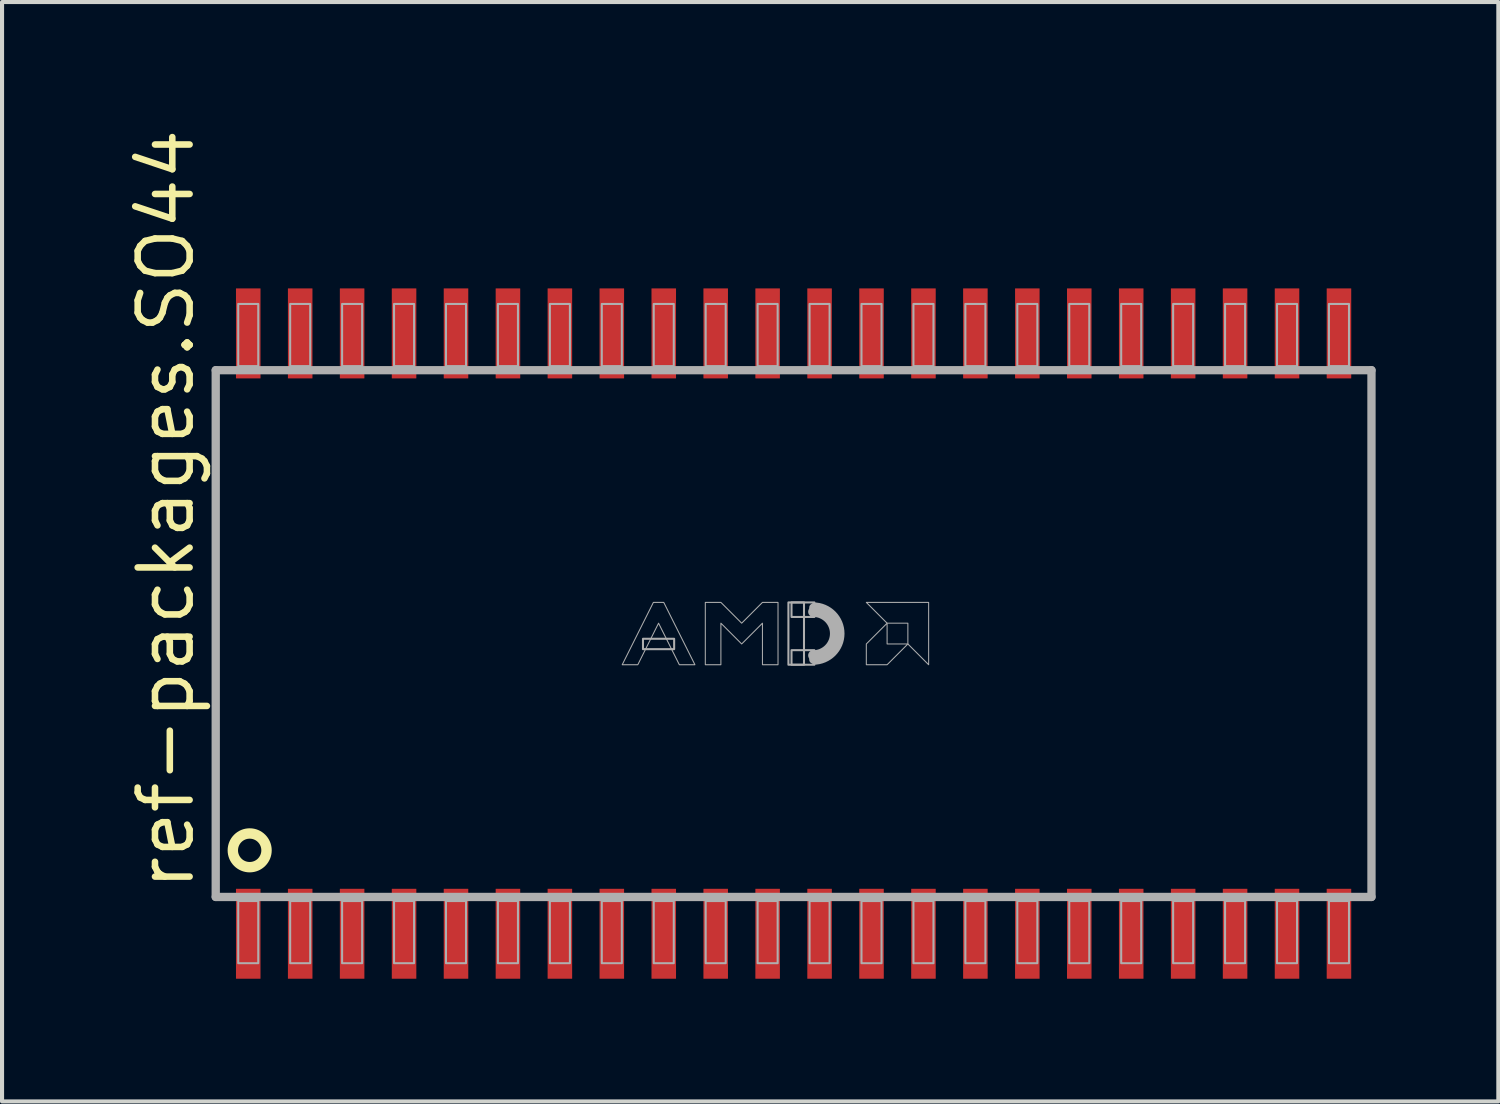
<source format=kicad_pcb>
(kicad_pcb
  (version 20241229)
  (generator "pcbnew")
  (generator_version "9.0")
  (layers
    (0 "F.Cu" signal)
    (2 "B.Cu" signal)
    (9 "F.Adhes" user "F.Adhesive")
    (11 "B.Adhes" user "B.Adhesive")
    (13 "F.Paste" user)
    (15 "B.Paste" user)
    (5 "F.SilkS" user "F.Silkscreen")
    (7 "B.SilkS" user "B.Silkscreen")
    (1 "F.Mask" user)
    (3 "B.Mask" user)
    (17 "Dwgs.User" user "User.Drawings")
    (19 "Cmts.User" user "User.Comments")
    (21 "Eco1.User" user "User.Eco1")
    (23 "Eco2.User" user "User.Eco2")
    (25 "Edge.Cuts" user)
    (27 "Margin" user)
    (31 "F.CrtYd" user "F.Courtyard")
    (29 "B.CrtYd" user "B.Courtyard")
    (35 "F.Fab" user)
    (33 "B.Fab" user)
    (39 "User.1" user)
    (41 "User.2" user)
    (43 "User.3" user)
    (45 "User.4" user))
  (footprint "ref-packages.SO44"
    (layer "F.Cu")
    (at 16.355 12.442)
    (property "Reference" "ref-packages.SO44" (at -14.605 6.35 90) (layer "F.SilkS") (effects (font (size 1.27 1.27) (thickness 0.16)) (justify left bottom)))
    (attr smd)
    (fp_circle (center -13.3 5.3) (end -12.888 5.3) (stroke (width 0.254) (type default)) (fill no) (layer "F.SilkS"))
    (fp_line (start -14.13 -6.44) (end 14.13 -6.44) (stroke (width 0.203) (type default)) (layer "F.Fab"))
    (fp_line (start -14.13 6.44) (end -14.13 -6.44) (stroke (width 0.203) (type default)) (layer "F.Fab"))
    (fp_line (start 14.13 -6.44) (end 14.13 6.44) (stroke (width 0.203) (type default)) (layer "F.Fab"))
    (fp_line (start 14.13 6.44) (end -14.13 6.44) (stroke (width 0.203) (type default)) (layer "F.Fab"))
    (fp_rect (start -13.58 -6.54) (end -13.09 -8.06) (stroke (width 0.05) (type default)) (fill no) (layer "F.Fab"))
    (fp_rect (start -13.58 8.06) (end -13.09 6.54) (stroke (width 0.05) (type default)) (fill no) (layer "F.Fab"))
    (fp_rect (start -12.31 -6.54) (end -11.82 -8.06) (stroke (width 0.05) (type default)) (fill no) (layer "F.Fab"))
    (fp_rect (start -12.31 8.06) (end -11.82 6.54) (stroke (width 0.05) (type default)) (fill no) (layer "F.Fab"))
    (fp_rect (start -11.04 -6.54) (end -10.55 -8.06) (stroke (width 0.05) (type default)) (fill no) (layer "F.Fab"))
    (fp_rect (start -11.04 8.06) (end -10.55 6.54) (stroke (width 0.05) (type default)) (fill no) (layer "F.Fab"))
    (fp_rect (start -9.77 -6.54) (end -9.28 -8.06) (stroke (width 0.05) (type default)) (fill no) (layer "F.Fab"))
    (fp_rect (start -9.77 8.06) (end -9.28 6.54) (stroke (width 0.05) (type default)) (fill no) (layer "F.Fab"))
    (fp_rect (start -8.5 -6.54) (end -8.01 -8.06) (stroke (width 0.05) (type default)) (fill no) (layer "F.Fab"))
    (fp_rect (start -8.5 8.06) (end -8.01 6.54) (stroke (width 0.05) (type default)) (fill no) (layer "F.Fab"))
    (fp_rect (start -7.23 -6.54) (end -6.74 -8.06) (stroke (width 0.05) (type default)) (fill no) (layer "F.Fab"))
    (fp_rect (start -7.23 8.06) (end -6.74 6.54) (stroke (width 0.05) (type default)) (fill no) (layer "F.Fab"))
    (fp_rect (start -5.96 -6.54) (end -5.47 -8.06) (stroke (width 0.05) (type default)) (fill no) (layer "F.Fab"))
    (fp_rect (start -5.96 8.06) (end -5.47 6.54) (stroke (width 0.05) (type default)) (fill no) (layer "F.Fab"))
    (fp_rect (start -4.69 -6.54) (end -4.2 -8.06) (stroke (width 0.05) (type default)) (fill no) (layer "F.Fab"))
    (fp_rect (start -4.69 8.06) (end -4.2 6.54) (stroke (width 0.05) (type default)) (fill no) (layer "F.Fab"))
    (fp_rect (start -3.683 0.381) (end -2.921 0.127) (stroke (width 0.05) (type default)) (fill no) (layer "F.Fab"))
    (fp_rect (start -3.42 -6.54) (end -2.93 -8.06) (stroke (width 0.05) (type default)) (fill no) (layer "F.Fab"))
    (fp_rect (start -3.42 8.06) (end -2.93 6.54) (stroke (width 0.05) (type default)) (fill no) (layer "F.Fab"))
    (fp_rect (start -2.15 -6.54) (end -1.66 -8.06) (stroke (width 0.05) (type default)) (fill no) (layer "F.Fab"))
    (fp_rect (start -2.15 8.06) (end -1.66 6.54) (stroke (width 0.05) (type default)) (fill no) (layer "F.Fab"))
    (fp_rect (start -0.88 -6.54) (end -0.39 -8.06) (stroke (width 0.05) (type default)) (fill no) (layer "F.Fab"))
    (fp_rect (start -0.88 8.06) (end -0.39 6.54) (stroke (width 0.05) (type default)) (fill no) (layer "F.Fab"))
    (fp_rect (start -0.127 0.762) (end 0.254 -0.762) (stroke (width 0.05) (type default)) (fill no) (layer "F.Fab"))
    (fp_rect (start -0.051 -0.406) (end 0.508 -0.762) (stroke (width 0.05) (type default)) (fill no) (layer "F.Fab"))
    (fp_rect (start -0.051 0.762) (end 0.508 0.406) (stroke (width 0.05) (type default)) (fill no) (layer "F.Fab"))
    (fp_rect (start 0.39 -6.54) (end 0.88 -8.06) (stroke (width 0.05) (type default)) (fill no) (layer "F.Fab"))
    (fp_rect (start 0.39 8.06) (end 0.88 6.54) (stroke (width 0.05) (type default)) (fill no) (layer "F.Fab"))
    (fp_rect (start 1.66 -6.54) (end 2.15 -8.06) (stroke (width 0.05) (type default)) (fill no) (layer "F.Fab"))
    (fp_rect (start 1.66 8.06) (end 2.15 6.54) (stroke (width 0.05) (type default)) (fill no) (layer "F.Fab"))
    (fp_rect (start 2.93 -6.54) (end 3.42 -8.06) (stroke (width 0.05) (type default)) (fill no) (layer "F.Fab"))
    (fp_rect (start 2.93 8.06) (end 3.42 6.54) (stroke (width 0.05) (type default)) (fill no) (layer "F.Fab"))
    (fp_rect (start 4.2 -6.54) (end 4.69 -8.06) (stroke (width 0.05) (type default)) (fill no) (layer "F.Fab"))
    (fp_rect (start 4.2 8.06) (end 4.69 6.54) (stroke (width 0.05) (type default)) (fill no) (layer "F.Fab"))
    (fp_rect (start 5.47 -6.54) (end 5.96 -8.06) (stroke (width 0.05) (type default)) (fill no) (layer "F.Fab"))
    (fp_rect (start 5.47 8.06) (end 5.96 6.54) (stroke (width 0.05) (type default)) (fill no) (layer "F.Fab"))
    (fp_rect (start 6.74 -6.54) (end 7.23 -8.06) (stroke (width 0.05) (type default)) (fill no) (layer "F.Fab"))
    (fp_rect (start 6.74 8.06) (end 7.23 6.54) (stroke (width 0.05) (type default)) (fill no) (layer "F.Fab"))
    (fp_rect (start 8.01 -6.54) (end 8.5 -8.06) (stroke (width 0.05) (type default)) (fill no) (layer "F.Fab"))
    (fp_rect (start 8.01 8.06) (end 8.5 6.54) (stroke (width 0.05) (type default)) (fill no) (layer "F.Fab"))
    (fp_rect (start 9.28 -6.54) (end 9.77 -8.06) (stroke (width 0.05) (type default)) (fill no) (layer "F.Fab"))
    (fp_rect (start 9.28 8.06) (end 9.77 6.54) (stroke (width 0.05) (type default)) (fill no) (layer "F.Fab"))
    (fp_rect (start 10.55 -6.54) (end 11.04 -8.06) (stroke (width 0.05) (type default)) (fill no) (layer "F.Fab"))
    (fp_rect (start 10.55 8.06) (end 11.04 6.54) (stroke (width 0.05) (type default)) (fill no) (layer "F.Fab"))
    (fp_rect (start 11.82 -6.54) (end 12.31 -8.06) (stroke (width 0.05) (type default)) (fill no) (layer "F.Fab"))
    (fp_rect (start 11.82 8.06) (end 12.31 6.54) (stroke (width 0.05) (type default)) (fill no) (layer "F.Fab"))
    (fp_rect (start 13.09 -6.54) (end 13.58 -8.06) (stroke (width 0.05) (type default)) (fill no) (layer "F.Fab"))
    (fp_rect (start 13.09 8.06) (end 13.58 6.54) (stroke (width 0.05) (type default)) (fill no) (layer "F.Fab"))
    (fp_arc (start 0.4826 -0.7366) (mid 1.2192 0) (end 0.4826 0.7366) (stroke (width 0.0508) (type default)) (layer "F.Fab"))
    (fp_arc (start 0.4826 -0.635) (mid 1.1176 0) (end 0.4826 0.635) (stroke (width 0.2032) (type default)) (layer "F.Fab"))
    (fp_arc (start 0.4826 -0.5334) (mid 1.016 0) (end 0.4826 0.5334) (stroke (width 0.254) (type default)) (layer "F.Fab"))
    (fp_poly (pts (xy 1.778 -0.762) (xy 3.302 -0.762) (xy 3.302 0.762) (xy 2.794 0.254) (xy 2.794 -0.254) (xy 2.286 -0.254)) (stroke (width 0.025) (type default)) (fill no) (layer "F.Fab"))
    (fp_poly (pts (xy 2.286 -0.254) (xy 1.778 0.254) (xy 1.778 0.762) (xy 2.286 0.762) (xy 2.794 0.254) (xy 2.286 0.254)) (stroke (width 0.025) (type default)) (fill no) (layer "F.Fab"))
    (fp_poly (pts (xy -4.191 0.762) (xy -3.429 -0.762) (xy -3.175 -0.762) (xy -2.413 0.762) (xy -2.794 0.762) (xy -3.302 -0.254) (xy -3.81 0.762)) (stroke (width 0.025) (type default)) (fill no) (layer "F.Fab"))
    (fp_poly (pts (xy -2.159 0.762) (xy -2.159 -0.762) (xy -1.778 -0.762) (xy -1.27 -0.254) (xy -0.762 -0.762) (xy -0.381 -0.762) (xy -0.381 0.762) (xy -0.762 0.762) (xy -0.762 -0.254) (xy -1.27 0.254) (xy -1.778 -0.254) (xy -1.778 0.762)) (stroke (width 0.025) (type default)) (fill no) (layer "F.Fab"))
    (pad "1" smd roundrect (at -13.335 7.34) (size 0.6 2.2) (layers "F.Cu" "F.Mask" "F.Paste") (roundrect_rratio 0.01))
    (pad "2" smd roundrect (at -12.065 7.34) (size 0.6 2.2) (layers "F.Cu" "F.Mask" "F.Paste") (roundrect_rratio 0.01))
    (pad "3" smd roundrect (at -10.795 7.34) (size 0.6 2.2) (layers "F.Cu" "F.Mask" "F.Paste") (roundrect_rratio 0.01))
    (pad "4" smd roundrect (at -9.525 7.34) (size 0.6 2.2) (layers "F.Cu" "F.Mask" "F.Paste") (roundrect_rratio 0.01))
    (pad "5" smd roundrect (at -8.255 7.34) (size 0.6 2.2) (layers "F.Cu" "F.Mask" "F.Paste") (roundrect_rratio 0.01))
    (pad "6" smd roundrect (at -6.985 7.34) (size 0.6 2.2) (layers "F.Cu" "F.Mask" "F.Paste") (roundrect_rratio 0.01))
    (pad "7" smd roundrect (at -5.715 7.34) (size 0.6 2.2) (layers "F.Cu" "F.Mask" "F.Paste") (roundrect_rratio 0.01))
    (pad "8" smd roundrect (at -4.445 7.34) (size 0.6 2.2) (layers "F.Cu" "F.Mask" "F.Paste") (roundrect_rratio 0.01))
    (pad "9" smd roundrect (at -3.175 7.34) (size 0.6 2.2) (layers "F.Cu" "F.Mask" "F.Paste") (roundrect_rratio 0.01))
    (pad "10" smd roundrect (at -1.905 7.34) (size 0.6 2.2) (layers "F.Cu" "F.Mask" "F.Paste") (roundrect_rratio 0.01))
    (pad "11" smd roundrect (at -0.635 7.34) (size 0.6 2.2) (layers "F.Cu" "F.Mask" "F.Paste") (roundrect_rratio 0.01))
    (pad "12" smd roundrect (at 0.635 7.34) (size 0.6 2.2) (layers "F.Cu" "F.Mask" "F.Paste") (roundrect_rratio 0.01))
    (pad "13" smd roundrect (at 1.905 7.34) (size 0.6 2.2) (layers "F.Cu" "F.Mask" "F.Paste") (roundrect_rratio 0.01))
    (pad "14" smd roundrect (at 3.175 7.34) (size 0.6 2.2) (layers "F.Cu" "F.Mask" "F.Paste") (roundrect_rratio 0.01))
    (pad "15" smd roundrect (at 4.445 7.34) (size 0.6 2.2) (layers "F.Cu" "F.Mask" "F.Paste") (roundrect_rratio 0.01))
    (pad "16" smd roundrect (at 5.715 7.34) (size 0.6 2.2) (layers "F.Cu" "F.Mask" "F.Paste") (roundrect_rratio 0.01))
    (pad "17" smd roundrect (at 6.985 7.34) (size 0.6 2.2) (layers "F.Cu" "F.Mask" "F.Paste") (roundrect_rratio 0.01))
    (pad "18" smd roundrect (at 8.255 7.34) (size 0.6 2.2) (layers "F.Cu" "F.Mask" "F.Paste") (roundrect_rratio 0.01))
    (pad "19" smd roundrect (at 9.525 7.34) (size 0.6 2.2) (layers "F.Cu" "F.Mask" "F.Paste") (roundrect_rratio 0.01))
    (pad "20" smd roundrect (at 10.795 7.34) (size 0.6 2.2) (layers "F.Cu" "F.Mask" "F.Paste") (roundrect_rratio 0.01))
    (pad "21" smd roundrect (at 12.065 7.34) (size 0.6 2.2) (layers "F.Cu" "F.Mask" "F.Paste") (roundrect_rratio 0.01))
    (pad "22" smd roundrect (at 13.335 7.34) (size 0.6 2.2) (layers "F.Cu" "F.Mask" "F.Paste") (roundrect_rratio 0.01))
    (pad "23" smd roundrect (at 13.335 -7.34) (size 0.6 2.2) (layers "F.Cu" "F.Mask" "F.Paste") (roundrect_rratio 0.01))
    (pad "24" smd roundrect (at 12.065 -7.34) (size 0.6 2.2) (layers "F.Cu" "F.Mask" "F.Paste") (roundrect_rratio 0.01))
    (pad "25" smd roundrect (at 10.795 -7.34) (size 0.6 2.2) (layers "F.Cu" "F.Mask" "F.Paste") (roundrect_rratio 0.01))
    (pad "26" smd roundrect (at 9.525 -7.34) (size 0.6 2.2) (layers "F.Cu" "F.Mask" "F.Paste") (roundrect_rratio 0.01))
    (pad "27" smd roundrect (at 8.255 -7.34) (size 0.6 2.2) (layers "F.Cu" "F.Mask" "F.Paste") (roundrect_rratio 0.01))
    (pad "28" smd roundrect (at 6.985 -7.34) (size 0.6 2.2) (layers "F.Cu" "F.Mask" "F.Paste") (roundrect_rratio 0.01))
    (pad "29" smd roundrect (at 5.715 -7.34) (size 0.6 2.2) (layers "F.Cu" "F.Mask" "F.Paste") (roundrect_rratio 0.01))
    (pad "30" smd roundrect (at 4.445 -7.34) (size 0.6 2.2) (layers "F.Cu" "F.Mask" "F.Paste") (roundrect_rratio 0.01))
    (pad "31" smd roundrect (at 3.175 -7.34) (size 0.6 2.2) (layers "F.Cu" "F.Mask" "F.Paste") (roundrect_rratio 0.01))
    (pad "32" smd roundrect (at 1.905 -7.34) (size 0.6 2.2) (layers "F.Cu" "F.Mask" "F.Paste") (roundrect_rratio 0.01))
    (pad "33" smd roundrect (at 0.635 -7.34) (size 0.6 2.2) (layers "F.Cu" "F.Mask" "F.Paste") (roundrect_rratio 0.01))
    (pad "34" smd roundrect (at -0.635 -7.34) (size 0.6 2.2) (layers "F.Cu" "F.Mask" "F.Paste") (roundrect_rratio 0.01))
    (pad "35" smd roundrect (at -1.905 -7.34) (size 0.6 2.2) (layers "F.Cu" "F.Mask" "F.Paste") (roundrect_rratio 0.01))
    (pad "36" smd roundrect (at -3.175 -7.34) (size 0.6 2.2) (layers "F.Cu" "F.Mask" "F.Paste") (roundrect_rratio 0.01))
    (pad "37" smd roundrect (at -4.445 -7.34) (size 0.6 2.2) (layers "F.Cu" "F.Mask" "F.Paste") (roundrect_rratio 0.01))
    (pad "38" smd roundrect (at -5.715 -7.34) (size 0.6 2.2) (layers "F.Cu" "F.Mask" "F.Paste") (roundrect_rratio 0.01))
    (pad "39" smd roundrect (at -6.985 -7.34) (size 0.6 2.2) (layers "F.Cu" "F.Mask" "F.Paste") (roundrect_rratio 0.01))
    (pad "40" smd roundrect (at -8.255 -7.34) (size 0.6 2.2) (layers "F.Cu" "F.Mask" "F.Paste") (roundrect_rratio 0.01))
    (pad "41" smd roundrect (at -9.525 -7.34) (size 0.6 2.2) (layers "F.Cu" "F.Mask" "F.Paste") (roundrect_rratio 0.01))
    (pad "42" smd roundrect (at -10.795 -7.34) (size 0.6 2.2) (layers "F.Cu" "F.Mask" "F.Paste") (roundrect_rratio 0.01))
    (pad "43" smd roundrect (at -12.065 -7.34) (size 0.6 2.2) (layers "F.Cu" "F.Mask" "F.Paste") (roundrect_rratio 0.01))
    (pad "44" smd roundrect (at -13.335 -7.34) (size 0.6 2.2) (layers "F.Cu" "F.Mask" "F.Paste") (roundrect_rratio 0.01)))
  (gr_rect
    (start -3 -3)
    (end 33.587 23.882)
    (stroke (width 0.1) (type default))
    (fill no)
    (layer "Edge.Cuts")))
</source>
